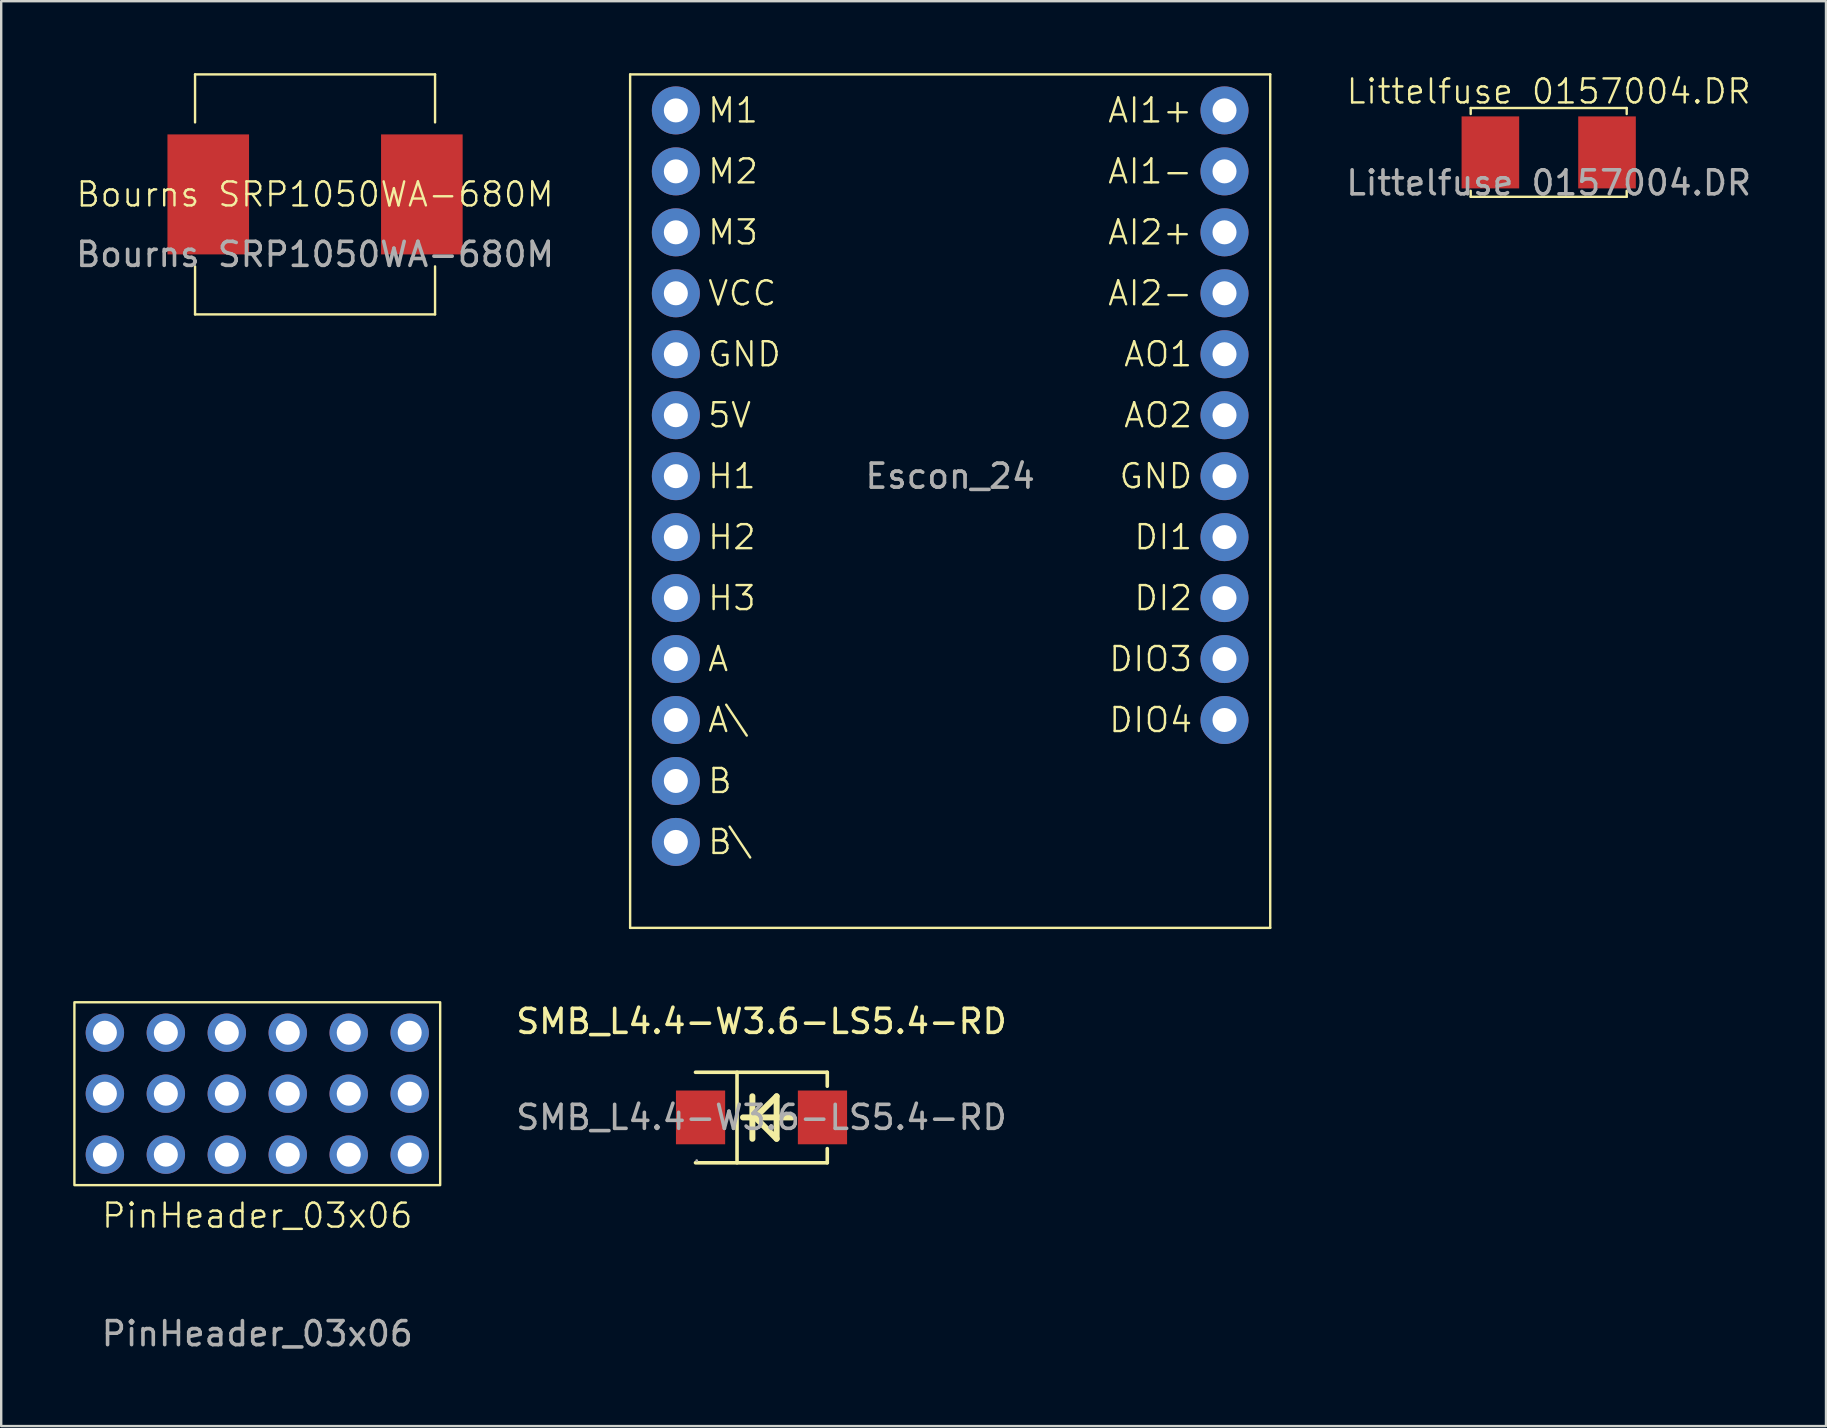
<source format=kicad_pcb>
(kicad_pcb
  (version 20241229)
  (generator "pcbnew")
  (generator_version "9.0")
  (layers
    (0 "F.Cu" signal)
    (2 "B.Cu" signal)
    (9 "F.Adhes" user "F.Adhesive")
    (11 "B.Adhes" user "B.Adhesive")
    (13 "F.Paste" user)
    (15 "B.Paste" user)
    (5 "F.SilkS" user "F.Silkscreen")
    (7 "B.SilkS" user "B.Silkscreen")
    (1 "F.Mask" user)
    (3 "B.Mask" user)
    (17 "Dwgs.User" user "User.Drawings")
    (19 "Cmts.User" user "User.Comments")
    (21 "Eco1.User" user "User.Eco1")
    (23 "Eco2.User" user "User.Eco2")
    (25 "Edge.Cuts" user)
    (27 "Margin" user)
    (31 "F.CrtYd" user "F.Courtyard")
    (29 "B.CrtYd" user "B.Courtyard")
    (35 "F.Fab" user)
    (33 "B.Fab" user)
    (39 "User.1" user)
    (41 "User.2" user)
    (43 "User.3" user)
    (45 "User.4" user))
  (footprint "Bourns SRP1050WA-680M"
    (layer "F.Cu")
    (at 10.077 5.05)
    (property "Reference" "Bourns SRP1050WA-680M" (at 0 0 0) (unlocked yes) (layer "F.SilkS") (effects (font (size 1 1) (thickness 0.1))))
    (attr smd)
    (fp_line (start -5 -5) (end 5 -5) (stroke (width 0.1) (type default)) (layer "F.SilkS"))
    (fp_line (start -5 -3) (end -5 -5) (stroke (width 0.1) (type default)) (layer "F.SilkS"))
    (fp_line (start -5 3) (end -5 5) (stroke (width 0.1) (type default)) (layer "F.SilkS"))
    (fp_line (start -5 5) (end 5 5) (stroke (width 0.1) (type default)) (layer "F.SilkS"))
    (fp_line (start 5 -5) (end 5 -3) (stroke (width 0.1) (type default)) (layer "F.SilkS"))
    (fp_line (start 5 5) (end 5 3) (stroke (width 0.1) (type default)) (layer "F.SilkS"))
    (fp_text user "${REFERENCE}" (at 0 2.5 0) (unlocked yes) (layer "F.Fab") (effects (font (size 1 1) (thickness 0.15))))
    (pad "1" smd rect (at -4.45 0) (size 3.4 5) (layers "F.Cu" "F.Mask" "F.Paste"))
    (pad "2" smd rect (at 4.45 0) (size 3.4 5) (layers "F.Cu" "F.Mask" "F.Paste")))
  (footprint "Escon_24"
    (layer "F.Cu")
    (at 36.54 16.79)
    (property "Reference" "Escon_24" (at 0 0 0) (unlocked yes) (layer "F.SilkS") (effects (font (size 1 1) (thickness 0.1))))
    (attr through_hole)
    (fp_line (start -13.335 -16.74) (end 13.335 -16.74) (stroke (width 0.1) (type default)) (layer "F.SilkS"))
    (fp_line (start -13.335 18.82) (end -13.335 -16.74) (stroke (width 0.1) (type default)) (layer "F.SilkS"))
    (fp_line (start 13.335 -16.74) (end 13.335 18.82) (stroke (width 0.1) (type default)) (layer "F.SilkS"))
    (fp_line (start 13.335 18.82) (end -13.335 18.82) (stroke (width 0.1) (type default)) (layer "F.SilkS"))
    (fp_text user "DI1" (at 10.16 2.54 0) (unlocked yes) (layer "F.SilkS") (effects (font (size 1 1) (thickness 0.1)) (justify right)))
    (fp_text user "H1" (at -10.16 0 0) (unlocked yes) (layer "F.SilkS") (effects (font (size 1 1) (thickness 0.1)) (justify left)))
    (fp_text user "AI1-" (at 10.16 -12.7 0) (unlocked yes) (layer "F.SilkS") (effects (font (size 1 1) (thickness 0.1)) (justify right)))
    (fp_text user "DI2" (at 10.16 5.08 0) (unlocked yes) (layer "F.SilkS") (effects (font (size 1 1) (thickness 0.1)) (justify right)))
    (fp_text user "DIO3" (at 10.16 7.62 0) (unlocked yes) (layer "F.SilkS") (effects (font (size 1 1) (thickness 0.1)) (justify right)))
    (fp_text user "5V" (at -10.16 -2.54 0) (unlocked yes) (layer "F.SilkS") (effects (font (size 1 1) (thickness 0.1)) (justify left)))
    (fp_text user "AI1+" (at 10.16 -15.24 0) (unlocked yes) (layer "F.SilkS") (effects (font (size 1 1) (thickness 0.1)) (justify right)))
    (fp_text user "M3" (at -10.16 -10.16 0) (unlocked yes) (layer "F.SilkS") (effects (font (size 1 1) (thickness 0.1)) (justify left)))
    (fp_text user "VCC" (at -10.16 -7.62 0) (unlocked yes) (layer "F.SilkS") (effects (font (size 1 1) (thickness 0.1)) (justify left)))
    (fp_text user "M1" (at -10.16 -15.24 0) (unlocked yes) (layer "F.SilkS") (effects (font (size 1 1) (thickness 0.1)) (justify left)))
    (fp_text user "A" (at -10.16 7.62 0) (unlocked yes) (layer "F.SilkS") (effects (font (size 1 1) (thickness 0.1)) (justify left)))
    (fp_text user "AO2" (at 10.16 -2.54 0) (unlocked yes) (layer "F.SilkS") (effects (font (size 1 1) (thickness 0.1)) (justify right)))
    (fp_text user "M2" (at -10.16 -12.7 0) (unlocked yes) (layer "F.SilkS") (effects (font (size 1 1) (thickness 0.1)) (justify left)))
    (fp_text user "GND" (at -10.16 -5.08 0) (unlocked yes) (layer "F.SilkS") (effects (font (size 1 1) (thickness 0.1)) (justify left)))
    (fp_text user "AI2+" (at 10.16 -10.16 0) (unlocked yes) (layer "F.SilkS") (effects (font (size 1 1) (thickness 0.1)) (justify right)))
    (fp_text user "DIO4" (at 10.16 10.16 0) (unlocked yes) (layer "F.SilkS") (effects (font (size 1 1) (thickness 0.1)) (justify right)))
    (fp_text user "GND" (at 10.16 0 0) (unlocked yes) (layer "F.SilkS") (effects (font (size 1 1) (thickness 0.1)) (justify right)))
    (fp_text user "A\\" (at -10.16 10.16 0) (unlocked yes) (layer "F.SilkS") (effects (font (size 1 1) (thickness 0.1)) (justify left)))
    (fp_text user "H3" (at -10.16 5.08 0) (unlocked yes) (layer "F.SilkS") (effects (font (size 1 1) (thickness 0.1)) (justify left)))
    (fp_text user "AI2-" (at 10.16 -7.62 0) (unlocked yes) (layer "F.SilkS") (effects (font (size 1 1) (thickness 0.1)) (justify right)))
    (fp_text user "H2" (at -10.16 2.54 0) (unlocked yes) (layer "F.SilkS") (effects (font (size 1 1) (thickness 0.1)) (justify left)))
    (fp_text user "AO1" (at 10.16 -5.08 0) (unlocked yes) (layer "F.SilkS") (effects (font (size 1 1) (thickness 0.1)) (justify right)))
    (fp_text user "B" (at -10.16 12.7 0) (unlocked yes) (layer "F.SilkS") (effects (font (size 1 1) (thickness 0.1)) (justify left)))
    (fp_text user "B\\" (at -10.16 15.24 0) (unlocked yes) (layer "F.SilkS") (effects (font (size 1 1) (thickness 0.1)) (justify left)))
    (fp_text user "${REFERENCE}" (at 0 0 0) (unlocked yes) (layer "F.Fab") (effects (font (size 1 1) (thickness 0.15))))
    (pad "1" thru_hole circle (at -11.43 -15.24) (size 2 2) (drill 1) (layers "*.Cu" "*.Mask"))
    (pad "2" thru_hole circle (at -11.43 -12.7) (size 2 2) (drill 1) (layers "*.Cu" "*.Mask"))
    (pad "3" thru_hole circle (at -11.43 -10.16) (size 2 2) (drill 1) (layers "*.Cu" "*.Mask"))
    (pad "4" thru_hole circle (at -11.43 -7.62) (size 2 2) (drill 1) (layers "*.Cu" "*.Mask"))
    (pad "5" thru_hole circle (at -11.43 -5.08) (size 2 2) (drill 1) (layers "*.Cu" "*.Mask"))
    (pad "6" thru_hole circle (at -11.43 -2.54) (size 2 2) (drill 1) (layers "*.Cu" "*.Mask"))
    (pad "7" thru_hole circle (at -11.43 0) (size 2 2) (drill 1) (layers "*.Cu" "*.Mask"))
    (pad "8" thru_hole circle (at -11.43 2.54) (size 2 2) (drill 1) (layers "*.Cu" "*.Mask"))
    (pad "9" thru_hole circle (at -11.43 5.08) (size 2 2) (drill 1) (layers "*.Cu" "*.Mask"))
    (pad "10" thru_hole circle (at -11.43 7.62) (size 2 2) (drill 1) (layers "*.Cu" "*.Mask"))
    (pad "11" thru_hole circle (at -11.43 10.16) (size 2 2) (drill 1) (layers "*.Cu" "*.Mask"))
    (pad "12" thru_hole circle (at -11.43 12.7) (size 2 2) (drill 1) (layers "*.Cu" "*.Mask"))
    (pad "13" thru_hole circle (at -11.43 15.24) (size 2 2) (drill 1) (layers "*.Cu" "*.Mask"))
    (pad "14" thru_hole circle (at 11.43 10.16) (size 2 2) (drill 1) (layers "*.Cu" "*.Mask"))
    (pad "15" thru_hole circle (at 11.43 7.62) (size 2 2) (drill 1) (layers "*.Cu" "*.Mask"))
    (pad "16" thru_hole circle (at 11.43 5.08) (size 2 2) (drill 1) (layers "*.Cu" "*.Mask"))
    (pad "17" thru_hole circle (at 11.43 2.54) (size 2 2) (drill 1) (layers "*.Cu" "*.Mask"))
    (pad "18" thru_hole circle (at 11.43 0) (size 2 2) (drill 1) (layers "*.Cu" "*.Mask"))
    (pad "19" thru_hole circle (at 11.43 -2.54) (size 2 2) (drill 1) (layers "*.Cu" "*.Mask"))
    (pad "20" thru_hole circle (at 11.43 -5.08) (size 2 2) (drill 1) (layers "*.Cu" "*.Mask"))
    (pad "21" thru_hole circle (at 11.43 -7.62) (size 2 2) (drill 1) (layers "*.Cu" "*.Mask"))
    (pad "22" thru_hole circle (at 11.43 -10.16) (size 2 2) (drill 1) (layers "*.Cu" "*.Mask"))
    (pad "23" thru_hole circle (at 11.43 -12.7) (size 2 2) (drill 1) (layers "*.Cu" "*.Mask"))
    (pad "24" thru_hole circle (at 11.43 -15.24) (size 2 2) (drill 1) (layers "*.Cu" "*.Mask")))
  (footprint "PinHeader_03x06"
    (layer "F.Cu")
    (at 7.67 42.52)
    (property "Reference" "PinHeader_03x06" (at 0 5.08 0) (unlocked yes) (layer "F.SilkS") (effects (font (size 1 1) (thickness 0.1))))
    (attr through_hole)
    (fp_rect (start -7.62 -3.81) (end 7.62 3.81) (stroke (width 0.1) (type default)) (fill no) (layer "F.SilkS"))
    (fp_text user "${REFERENCE}" (at 0 10 0) (unlocked yes) (layer "F.Fab") (effects (font (size 1 1) (thickness 0.15))))
    (pad "1" thru_hole circle (at -6.35 -2.54) (size 1.6 1.6) (drill 1) (layers "*.Cu" "*.Mask"))
    (pad "2" thru_hole circle (at -3.81 -2.54) (size 1.6 1.6) (drill 1) (layers "*.Cu" "*.Mask"))
    (pad "3" thru_hole circle (at -1.27 -2.54) (size 1.6 1.6) (drill 1) (layers "*.Cu" "*.Mask"))
    (pad "4" thru_hole circle (at 1.27 -2.54) (size 1.6 1.6) (drill 1) (layers "*.Cu" "*.Mask"))
    (pad "5" thru_hole circle (at 3.81 -2.54) (size 1.6 1.6) (drill 1) (layers "*.Cu" "*.Mask"))
    (pad "6" thru_hole circle (at 6.35 -2.54) (size 1.6 1.6) (drill 1) (layers "*.Cu" "*.Mask"))
    (pad "7" thru_hole circle (at -6.35 0) (size 1.6 1.6) (drill 1) (layers "*.Cu" "*.Mask"))
    (pad "8" thru_hole circle (at -3.81 0) (size 1.6 1.6) (drill 1) (layers "*.Cu" "*.Mask"))
    (pad "9" thru_hole circle (at -1.27 0) (size 1.6 1.6) (drill 1) (layers "*.Cu" "*.Mask"))
    (pad "10" thru_hole circle (at 1.27 0) (size 1.6 1.6) (drill 1) (layers "*.Cu" "*.Mask"))
    (pad "11" thru_hole circle (at 3.81 0) (size 1.6 1.6) (drill 1) (layers "*.Cu" "*.Mask"))
    (pad "12" thru_hole circle (at 6.35 0) (size 1.6 1.6) (drill 1) (layers "*.Cu" "*.Mask"))
    (pad "13" thru_hole circle (at -6.35 2.54) (size 1.6 1.6) (drill 1) (layers "*.Cu" "*.Mask"))
    (pad "14" thru_hole circle (at -3.81 2.54) (size 1.6 1.6) (drill 1) (layers "*.Cu" "*.Mask"))
    (pad "15" thru_hole circle (at -1.27 2.54) (size 1.6 1.6) (drill 1) (layers "*.Cu" "*.Mask"))
    (pad "16" thru_hole circle (at 1.27 2.54) (size 1.6 1.6) (drill 1) (layers "*.Cu" "*.Mask"))
    (pad "17" thru_hole circle (at 3.81 2.54) (size 1.6 1.6) (drill 1) (layers "*.Cu" "*.Mask"))
    (pad "18" thru_hole circle (at 6.35 2.54) (size 1.6 1.6) (drill 1) (layers "*.Cu" "*.Mask")))
  (footprint "SMB_L4.4-W3.6-LS5.4-RD"
    (layer "F.Cu")
    (at 28.679 43.508)
    (property "Reference" "SMB_L4.4-W3.6-LS5.4-RD" (at 0 -4 0) (layer "F.SilkS") (effects (font (size 1 1) (thickness 0.15))))
    (attr smd)
    (fp_line (start -2.75 -1.88) (end 2.74 -1.88) (stroke (width 0.15) (type solid)) (layer "F.SilkS"))
    (fp_line (start -2.75 1.89) (end 2.74 1.89) (stroke (width 0.15) (type solid)) (layer "F.SilkS"))
    (fp_line (start -1.02 -1.88) (end -1.02 1.89) (stroke (width 0.15) (type solid)) (layer "F.SilkS"))
    (fp_line (start -0.38 -0.88) (end -0.38 0.89) (stroke (width 0.25) (type solid)) (layer "F.SilkS"))
    (fp_line (start -0.37 0) (end -0.26 0) (stroke (width 0.25) (type solid)) (layer "F.SilkS"))
    (fp_line (start -0.26 0) (end -0.33 0) (stroke (width 0.25) (type solid)) (layer "F.SilkS"))
    (fp_line (start -0.26 0) (end 0.63 -0.88) (stroke (width 0.25) (type solid)) (layer "F.SilkS"))
    (fp_line (start 0.63 -0.88) (end 0.63 0.89) (stroke (width 0.25) (type solid)) (layer "F.SilkS"))
    (fp_line (start 0.63 0.89) (end -0.26 0) (stroke (width 0.25) (type solid)) (layer "F.SilkS"))
    (fp_line (start 1.27 0) (end -0.77 0) (stroke (width 0.25) (type solid)) (layer "F.SilkS"))
    (fp_line (start 2.74 -1.88) (end 2.74 -1.3) (stroke (width 0.15) (type solid)) (layer "F.SilkS"))
    (fp_line (start 2.74 1.89) (end 2.74 1.3) (stroke (width 0.15) (type solid)) (layer "F.SilkS"))
    (fp_circle (center -2.7 1.8) (end -2.67 1.8) (stroke (width 0.06) (type solid)) (fill no) (layer "F.Fab"))
    (fp_text user "${REFERENCE}" (at 0 0 0) (layer "F.Fab") (effects (font (size 1 1) (thickness 0.15))))
    (pad "1" smd rect (at -2.54 0) (size 2.05 2.24) (layers "F.Cu" "F.Mask" "F.Paste"))
    (pad "2" smd rect (at 2.54 0) (size 2.05 2.24) (layers "F.Cu" "F.Mask" "F.Paste")))
  (footprint "Littelfuse 0157004.DR"
    (layer "F.Cu")
    (at 61.478 3.3)
    (property "Reference" "Littelfuse 0157004.DR" (at 0 -2.54 0) (unlocked yes) (layer "F.SilkS") (effects (font (size 1 1) (thickness 0.1))))
    (attr smd)
    (fp_line (start -3.25 -1.85) (end -3.25 -1.6) (stroke (width 0.1) (type default)) (layer "F.SilkS"))
    (fp_line (start -3.25 -1.85) (end 3.25 -1.85) (stroke (width 0.1) (type default)) (layer "F.SilkS"))
    (fp_line (start -3.25 1.85) (end -3.25 1.6) (stroke (width 0.1) (type default)) (layer "F.SilkS"))
    (fp_line (start -3.25 1.85) (end 3.25 1.85) (stroke (width 0.1) (type default)) (layer "F.SilkS"))
    (fp_line (start 3.25 -1.85) (end 3.25 -1.6) (stroke (width 0.1) (type default)) (layer "F.SilkS"))
    (fp_line (start 3.25 1.85) (end 3.25 1.6) (stroke (width 0.1) (type default)) (layer "F.SilkS"))
    (fp_text user "${REFERENCE}" (at 0 1.27 0) (unlocked yes) (layer "F.Fab") (effects (font (size 1 1) (thickness 0.15))))
    (pad "1" smd rect (at -2.43 0) (size 2.4 3) (layers "F.Cu" "F.Mask" "F.Paste"))
    (pad "2" smd rect (at 2.43 0) (size 2.4 3) (layers "F.Cu" "F.Mask" "F.Paste")))
  (gr_rect
    (start -3 -3)
    (end 73.032 56.368)
    (stroke (width 0.1) (type default))
    (fill no)
    (layer "Edge.Cuts")))
</source>
